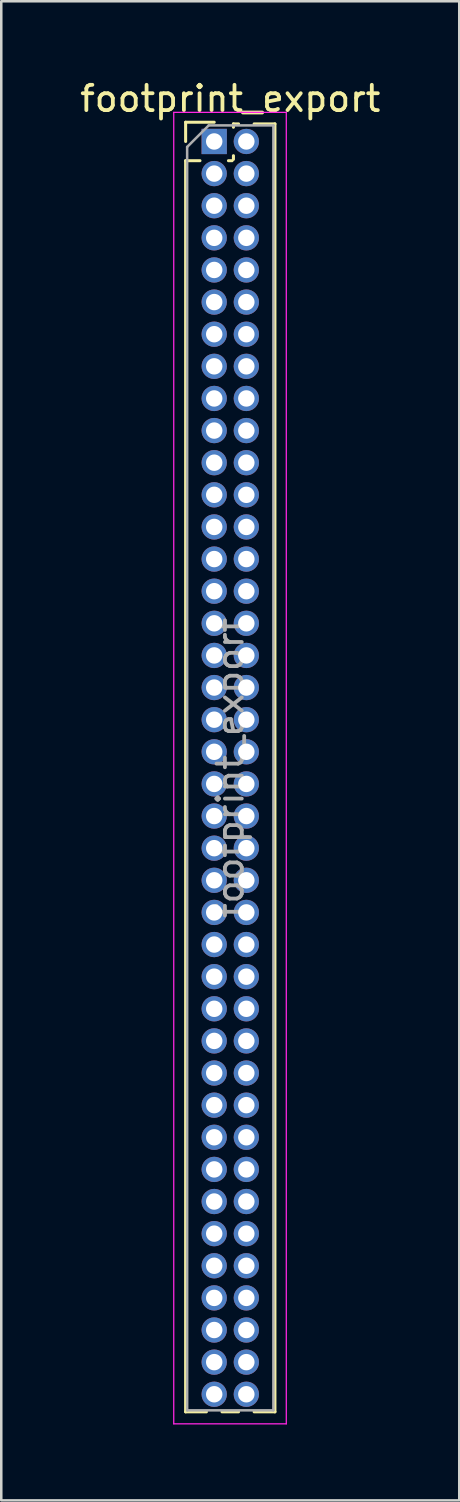
<source format=kicad_pcb>
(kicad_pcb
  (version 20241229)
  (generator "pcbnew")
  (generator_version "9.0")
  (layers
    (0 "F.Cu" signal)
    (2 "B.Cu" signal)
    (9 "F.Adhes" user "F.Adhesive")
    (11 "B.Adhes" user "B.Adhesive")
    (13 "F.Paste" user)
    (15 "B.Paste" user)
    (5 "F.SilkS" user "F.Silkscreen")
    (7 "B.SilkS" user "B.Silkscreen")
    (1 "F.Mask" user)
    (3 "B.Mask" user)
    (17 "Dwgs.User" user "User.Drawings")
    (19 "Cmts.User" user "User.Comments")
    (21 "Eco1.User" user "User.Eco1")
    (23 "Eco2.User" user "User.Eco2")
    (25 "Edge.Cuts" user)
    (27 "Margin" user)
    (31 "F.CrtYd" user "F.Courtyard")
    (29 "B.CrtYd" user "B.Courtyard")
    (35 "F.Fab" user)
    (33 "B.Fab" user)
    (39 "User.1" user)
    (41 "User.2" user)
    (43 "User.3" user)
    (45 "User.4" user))
  (footprint "footprint_export"
    (layer "F.Cu")
    (at 5.419 2.543)
    (property "Reference" "footprint_export" (at 0.635 -1.695 0) (layer "F.SilkS") (effects (font (size 1 1) (thickness 0.15))))
    (attr through_hole)
    (fp_line (start -1.13 -0.76) (end 0 -0.76) (stroke (width 0.12) (type solid)) (layer "F.SilkS"))
    (fp_line (start -1.13 0) (end -1.13 -0.76) (stroke (width 0.12) (type solid)) (layer "F.SilkS"))
    (fp_line (start -1.13 0.76) (end -1.13 50.225) (stroke (width 0.12) (type solid)) (layer "F.SilkS"))
    (fp_line (start -1.13 0.76) (end -0.563 0.76) (stroke (width 0.12) (type solid)) (layer "F.SilkS"))
    (fp_line (start -1.13 50.225) (end -0.308 50.225) (stroke (width 0.12) (type solid)) (layer "F.SilkS"))
    (fp_line (start 0.308 50.225) (end 0.962 50.225) (stroke (width 0.12) (type solid)) (layer "F.SilkS"))
    (fp_line (start 0.563 0.76) (end 0.707 0.76) (stroke (width 0.12) (type solid)) (layer "F.SilkS"))
    (fp_line (start 0.76 -0.695) (end 0.962 -0.695) (stroke (width 0.12) (type solid)) (layer "F.SilkS"))
    (fp_line (start 0.76 -0.563) (end 0.76 -0.695) (stroke (width 0.12) (type solid)) (layer "F.SilkS"))
    (fp_line (start 0.76 0.707) (end 0.76 0.563) (stroke (width 0.12) (type solid)) (layer "F.SilkS"))
    (fp_line (start 1.578 -0.695) (end 2.4 -0.695) (stroke (width 0.12) (type solid)) (layer "F.SilkS"))
    (fp_line (start 1.578 50.225) (end 2.4 50.225) (stroke (width 0.12) (type solid)) (layer "F.SilkS"))
    (fp_line (start 2.4 -0.695) (end 2.4 50.225) (stroke (width 0.12) (type solid)) (layer "F.SilkS"))
    (fp_line (start -1.6 -1.15) (end -1.6 50.7) (stroke (width 0.05) (type solid)) (layer "F.CrtYd"))
    (fp_line (start -1.6 50.7) (end 2.85 50.7) (stroke (width 0.05) (type solid)) (layer "F.CrtYd"))
    (fp_line (start 2.85 -1.15) (end -1.6 -1.15) (stroke (width 0.05) (type solid)) (layer "F.CrtYd"))
    (fp_line (start 2.85 50.7) (end 2.85 -1.15) (stroke (width 0.05) (type solid)) (layer "F.CrtYd"))
    (fp_line (start -1.07 0.217) (end -0.217 -0.635) (stroke (width 0.1) (type solid)) (layer "F.Fab"))
    (fp_line (start -1.07 50.165) (end -1.07 0.217) (stroke (width 0.1) (type solid)) (layer "F.Fab"))
    (fp_line (start -0.217 -0.635) (end 2.34 -0.635) (stroke (width 0.1) (type solid)) (layer "F.Fab"))
    (fp_line (start 2.34 -0.635) (end 2.34 50.165) (stroke (width 0.1) (type solid)) (layer "F.Fab"))
    (fp_line (start 2.34 50.165) (end -1.07 50.165) (stroke (width 0.1) (type solid)) (layer "F.Fab"))
    (fp_text user "${REFERENCE}" (at 0.635 24.765 90) (layer "F.Fab") (effects (font (size 1 1) (thickness 0.15))))
    (pad "1" thru_hole rect (at 0 0) (size 1 1) (drill 0.65) (layers "*.Cu" "*.Mask"))
    (pad "2" thru_hole oval (at 1.27 0) (size 1 1) (drill 0.65) (layers "*.Cu" "*.Mask"))
    (pad "3" thru_hole oval (at 0 1.27) (size 1 1) (drill 0.65) (layers "*.Cu" "*.Mask"))
    (pad "4" thru_hole oval (at 1.27 1.27) (size 1 1) (drill 0.65) (layers "*.Cu" "*.Mask"))
    (pad "5" thru_hole oval (at 0 2.54) (size 1 1) (drill 0.65) (layers "*.Cu" "*.Mask"))
    (pad "6" thru_hole oval (at 1.27 2.54) (size 1 1) (drill 0.65) (layers "*.Cu" "*.Mask"))
    (pad "7" thru_hole oval (at 0 3.81) (size 1 1) (drill 0.65) (layers "*.Cu" "*.Mask"))
    (pad "8" thru_hole oval (at 1.27 3.81) (size 1 1) (drill 0.65) (layers "*.Cu" "*.Mask"))
    (pad "9" thru_hole oval (at 0 5.08) (size 1 1) (drill 0.65) (layers "*.Cu" "*.Mask"))
    (pad "10" thru_hole oval (at 1.27 5.08) (size 1 1) (drill 0.65) (layers "*.Cu" "*.Mask"))
    (pad "11" thru_hole oval (at 0 6.35) (size 1 1) (drill 0.65) (layers "*.Cu" "*.Mask"))
    (pad "12" thru_hole oval (at 1.27 6.35) (size 1 1) (drill 0.65) (layers "*.Cu" "*.Mask"))
    (pad "13" thru_hole oval (at 0 7.62) (size 1 1) (drill 0.65) (layers "*.Cu" "*.Mask"))
    (pad "14" thru_hole oval (at 1.27 7.62) (size 1 1) (drill 0.65) (layers "*.Cu" "*.Mask"))
    (pad "15" thru_hole oval (at 0 8.89) (size 1 1) (drill 0.65) (layers "*.Cu" "*.Mask"))
    (pad "16" thru_hole oval (at 1.27 8.89) (size 1 1) (drill 0.65) (layers "*.Cu" "*.Mask"))
    (pad "17" thru_hole oval (at 0 10.16) (size 1 1) (drill 0.65) (layers "*.Cu" "*.Mask"))
    (pad "18" thru_hole oval (at 1.27 10.16) (size 1 1) (drill 0.65) (layers "*.Cu" "*.Mask"))
    (pad "19" thru_hole oval (at 0 11.43) (size 1 1) (drill 0.65) (layers "*.Cu" "*.Mask"))
    (pad "20" thru_hole oval (at 1.27 11.43) (size 1 1) (drill 0.65) (layers "*.Cu" "*.Mask"))
    (pad "21" thru_hole oval (at 0 12.7) (size 1 1) (drill 0.65) (layers "*.Cu" "*.Mask"))
    (pad "22" thru_hole oval (at 1.27 12.7) (size 1 1) (drill 0.65) (layers "*.Cu" "*.Mask"))
    (pad "23" thru_hole oval (at 0 13.97) (size 1 1) (drill 0.65) (layers "*.Cu" "*.Mask"))
    (pad "24" thru_hole oval (at 1.27 13.97) (size 1 1) (drill 0.65) (layers "*.Cu" "*.Mask"))
    (pad "25" thru_hole oval (at 0 15.24) (size 1 1) (drill 0.65) (layers "*.Cu" "*.Mask"))
    (pad "26" thru_hole oval (at 1.27 15.24) (size 1 1) (drill 0.65) (layers "*.Cu" "*.Mask"))
    (pad "27" thru_hole oval (at 0 16.51) (size 1 1) (drill 0.65) (layers "*.Cu" "*.Mask"))
    (pad "28" thru_hole oval (at 1.27 16.51) (size 1 1) (drill 0.65) (layers "*.Cu" "*.Mask"))
    (pad "29" thru_hole oval (at 0 17.78) (size 1 1) (drill 0.65) (layers "*.Cu" "*.Mask"))
    (pad "30" thru_hole oval (at 1.27 17.78) (size 1 1) (drill 0.65) (layers "*.Cu" "*.Mask"))
    (pad "31" thru_hole oval (at 0 19.05) (size 1 1) (drill 0.65) (layers "*.Cu" "*.Mask"))
    (pad "32" thru_hole oval (at 1.27 19.05) (size 1 1) (drill 0.65) (layers "*.Cu" "*.Mask"))
    (pad "33" thru_hole oval (at 0 20.32) (size 1 1) (drill 0.65) (layers "*.Cu" "*.Mask"))
    (pad "34" thru_hole oval (at 1.27 20.32) (size 1 1) (drill 0.65) (layers "*.Cu" "*.Mask"))
    (pad "35" thru_hole oval (at 0 21.59) (size 1 1) (drill 0.65) (layers "*.Cu" "*.Mask"))
    (pad "36" thru_hole oval (at 1.27 21.59) (size 1 1) (drill 0.65) (layers "*.Cu" "*.Mask"))
    (pad "37" thru_hole oval (at 0 22.86) (size 1 1) (drill 0.65) (layers "*.Cu" "*.Mask"))
    (pad "38" thru_hole oval (at 1.27 22.86) (size 1 1) (drill 0.65) (layers "*.Cu" "*.Mask"))
    (pad "39" thru_hole oval (at 0 24.13) (size 1 1) (drill 0.65) (layers "*.Cu" "*.Mask"))
    (pad "40" thru_hole oval (at 1.27 24.13) (size 1 1) (drill 0.65) (layers "*.Cu" "*.Mask"))
    (pad "41" thru_hole oval (at 0 25.4) (size 1 1) (drill 0.65) (layers "*.Cu" "*.Mask"))
    (pad "42" thru_hole oval (at 1.27 25.4) (size 1 1) (drill 0.65) (layers "*.Cu" "*.Mask"))
    (pad "43" thru_hole oval (at 0 26.67) (size 1 1) (drill 0.65) (layers "*.Cu" "*.Mask"))
    (pad "44" thru_hole oval (at 1.27 26.67) (size 1 1) (drill 0.65) (layers "*.Cu" "*.Mask"))
    (pad "45" thru_hole oval (at 0 27.94) (size 1 1) (drill 0.65) (layers "*.Cu" "*.Mask"))
    (pad "46" thru_hole oval (at 1.27 27.94) (size 1 1) (drill 0.65) (layers "*.Cu" "*.Mask"))
    (pad "47" thru_hole oval (at 0 29.21) (size 1 1) (drill 0.65) (layers "*.Cu" "*.Mask"))
    (pad "48" thru_hole oval (at 1.27 29.21) (size 1 1) (drill 0.65) (layers "*.Cu" "*.Mask"))
    (pad "49" thru_hole oval (at 0 30.48) (size 1 1) (drill 0.65) (layers "*.Cu" "*.Mask"))
    (pad "50" thru_hole oval (at 1.27 30.48) (size 1 1) (drill 0.65) (layers "*.Cu" "*.Mask"))
    (pad "51" thru_hole oval (at 0 31.75) (size 1 1) (drill 0.65) (layers "*.Cu" "*.Mask"))
    (pad "52" thru_hole oval (at 1.27 31.75) (size 1 1) (drill 0.65) (layers "*.Cu" "*.Mask"))
    (pad "53" thru_hole oval (at 0 33.02) (size 1 1) (drill 0.65) (layers "*.Cu" "*.Mask"))
    (pad "54" thru_hole oval (at 1.27 33.02) (size 1 1) (drill 0.65) (layers "*.Cu" "*.Mask"))
    (pad "55" thru_hole oval (at 0 34.29) (size 1 1) (drill 0.65) (layers "*.Cu" "*.Mask"))
    (pad "56" thru_hole oval (at 1.27 34.29) (size 1 1) (drill 0.65) (layers "*.Cu" "*.Mask"))
    (pad "57" thru_hole oval (at 0 35.56) (size 1 1) (drill 0.65) (layers "*.Cu" "*.Mask"))
    (pad "58" thru_hole oval (at 1.27 35.56) (size 1 1) (drill 0.65) (layers "*.Cu" "*.Mask"))
    (pad "59" thru_hole oval (at 0 36.83) (size 1 1) (drill 0.65) (layers "*.Cu" "*.Mask"))
    (pad "60" thru_hole oval (at 1.27 36.83) (size 1 1) (drill 0.65) (layers "*.Cu" "*.Mask"))
    (pad "61" thru_hole oval (at 0 38.1) (size 1 1) (drill 0.65) (layers "*.Cu" "*.Mask"))
    (pad "62" thru_hole oval (at 1.27 38.1) (size 1 1) (drill 0.65) (layers "*.Cu" "*.Mask"))
    (pad "63" thru_hole oval (at 0 39.37) (size 1 1) (drill 0.65) (layers "*.Cu" "*.Mask"))
    (pad "64" thru_hole oval (at 1.27 39.37) (size 1 1) (drill 0.65) (layers "*.Cu" "*.Mask"))
    (pad "65" thru_hole oval (at 0 40.64) (size 1 1) (drill 0.65) (layers "*.Cu" "*.Mask"))
    (pad "66" thru_hole oval (at 1.27 40.64) (size 1 1) (drill 0.65) (layers "*.Cu" "*.Mask"))
    (pad "67" thru_hole oval (at 0 41.91) (size 1 1) (drill 0.65) (layers "*.Cu" "*.Mask"))
    (pad "68" thru_hole oval (at 1.27 41.91) (size 1 1) (drill 0.65) (layers "*.Cu" "*.Mask"))
    (pad "69" thru_hole oval (at 0 43.18) (size 1 1) (drill 0.65) (layers "*.Cu" "*.Mask"))
    (pad "70" thru_hole oval (at 1.27 43.18) (size 1 1) (drill 0.65) (layers "*.Cu" "*.Mask"))
    (pad "71" thru_hole oval (at 0 44.45) (size 1 1) (drill 0.65) (layers "*.Cu" "*.Mask"))
    (pad "72" thru_hole oval (at 1.27 44.45) (size 1 1) (drill 0.65) (layers "*.Cu" "*.Mask"))
    (pad "73" thru_hole oval (at 0 45.72) (size 1 1) (drill 0.65) (layers "*.Cu" "*.Mask"))
    (pad "74" thru_hole oval (at 1.27 45.72) (size 1 1) (drill 0.65) (layers "*.Cu" "*.Mask"))
    (pad "75" thru_hole oval (at 0 46.99) (size 1 1) (drill 0.65) (layers "*.Cu" "*.Mask"))
    (pad "76" thru_hole oval (at 1.27 46.99) (size 1 1) (drill 0.65) (layers "*.Cu" "*.Mask"))
    (pad "77" thru_hole oval (at 0 48.26) (size 1 1) (drill 0.65) (layers "*.Cu" "*.Mask"))
    (pad "78" thru_hole oval (at 1.27 48.26) (size 1 1) (drill 0.65) (layers "*.Cu" "*.Mask"))
    (pad "79" thru_hole oval (at 0 49.53) (size 1 1) (drill 0.65) (layers "*.Cu" "*.Mask"))
    (pad "80" thru_hole oval (at 1.27 49.53) (size 1 1) (drill 0.65) (layers "*.Cu" "*.Mask")))
  (gr_rect
    (start -3 -3)
    (end 15.107 56.268)
    (stroke (width 0.1) (type default))
    (fill no)
    (layer "Edge.Cuts")))
</source>
